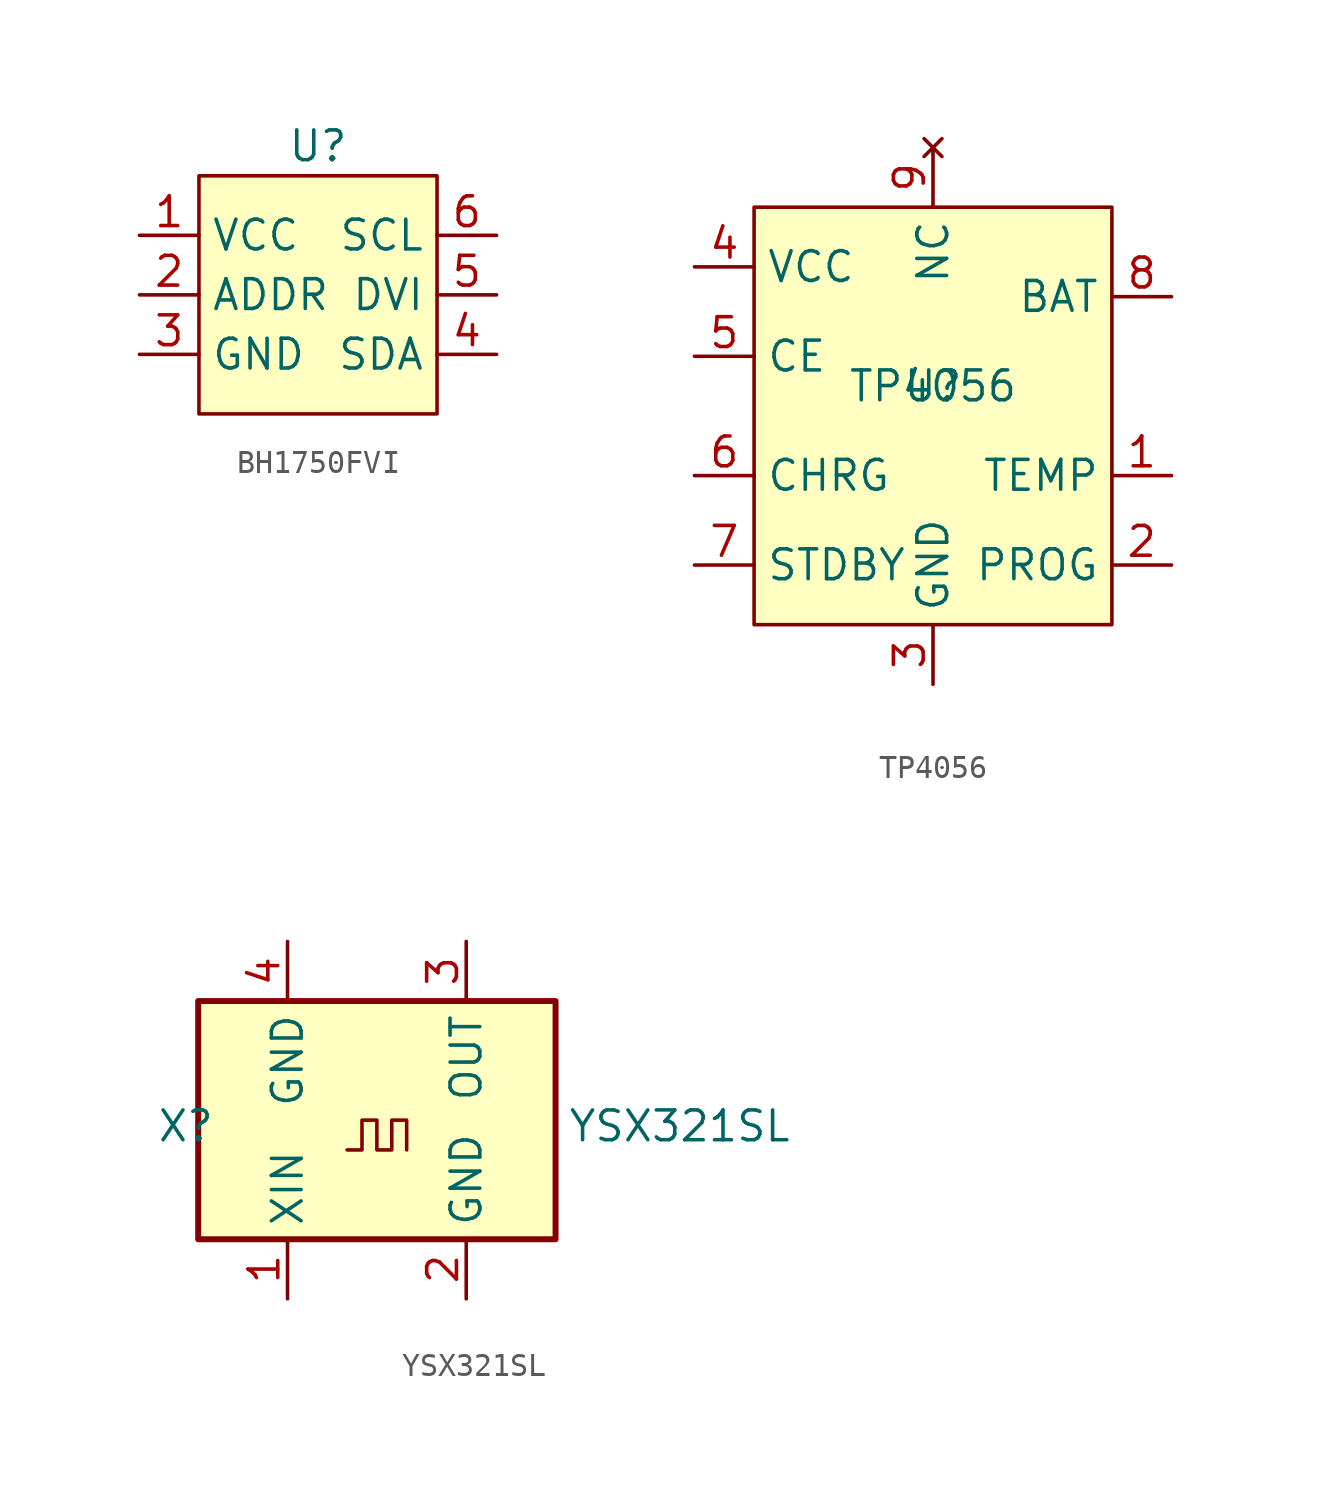
<source format=kicad_sym>
(kicad_symbol_lib
  (version 20231120)
  (generator "kicad_symbol_editor")
  (generator_version "8.0")
  (symbol "BH1750FVI"
    (property "Reference" "U"
      (at 11.43 11.43 0)
      (effects (font (size 1.27 1.27))))
    (property "Value" ""
      (at 16.51 3.81 0)
      (effects (font (size 1.27 1.27))))
    (symbol "BH1750FVI_0_0"
      (pin unspecified line (at 3.81 7.62 0) (length 2.54) (name "VCC" (effects (font (size 1.27 1.27)))) (number "1" (effects (font (size 1.27 1.27)))))
      (pin unspecified line (at 3.81 5.08 0) (length 2.54) (name "ADDR" (effects (font (size 1.27 1.27)))) (number "2" (effects (font (size 1.27 1.27)))))
      (pin unspecified line (at 3.81 2.54 0) (length 2.54) (name "GND" (effects (font (size 1.27 1.27)))) (number "3" (effects (font (size 1.27 1.27)))))
      (pin unspecified line (at 19.05 2.54 180) (length 2.54) (name "SDA" (effects (font (size 1.27 1.27)))) (number "4" (effects (font (size 1.27 1.27)))))
      (pin unspecified line (at 19.05 5.08 180) (length 2.54) (name "DVI" (effects (font (size 1.27 1.27)))) (number "5" (effects (font (size 1.27 1.27)))))
      (pin unspecified line (at 19.05 7.62 180) (length 2.54) (name "SCL" (effects (font (size 1.27 1.27)))) (number "6" (effects (font (size 1.27 1.27))))))
    (symbol "BH1750FVI_1_1"
      (rectangle (start 6.35 10.16) (end 16.51 0) (stroke (width 0) (type default)) (fill (type background)))))
  (symbol "TP4056"
    (property "Reference" "U"
      (at 0 0 0)
      (effects (font (size 1.27 1.27))))
    (property "Value" "TP4056"
      (at 0 0 0)
      (effects (font (size 1.27 1.27))))
    (symbol "TP4056_1_0"
      (pin passive line (at -10.16 -3.81 0) (length 2.54) (name "CHRG" (effects (font (size 1.27 1.27)))) (number "6" (effects (font (size 1.27 1.27)))))
      (pin passive line (at -10.16 -7.62 0) (length 2.54) (name "STDBY" (effects (font (size 1.27 1.27)))) (number "7" (effects (font (size 1.27 1.27)))))
      (pin passive line (at 10.16 3.81 180) (length 2.54) (name "BAT" (effects (font (size 1.27 1.27)))) (number "8" (effects (font (size 1.27 1.27)))))
      (pin no_connect line (at 0 10.16 270) (length 2.54) (name "NC" (effects (font (size 1.27 1.27)))) (number "9" (effects (font (size 1.27 1.27))))))
    (symbol "TP4056_1_1"
      (rectangle (start -7.62 7.62) (end 7.62 -10.16) (stroke (width 0) (type default)) (fill (type background)))
      (pin passive line (at 10.16 -3.81 180) (length 2.54) (name "TEMP" (effects (font (size 1.27 1.27)))) (number "1" (effects (font (size 1.27 1.27)))))
      (pin passive line (at 10.16 -7.62 180) (length 2.54) (name "PROG" (effects (font (size 1.27 1.27)))) (number "2" (effects (font (size 1.27 1.27)))))
      (pin passive line (at 0 -12.7 90) (length 2.54) (name "GND" (effects (font (size 1.27 1.27)))) (number "3" (effects (font (size 1.27 1.27)))))
      (pin passive line (at -10.16 5.08 0) (length 2.54) (name "VCC" (effects (font (size 1.27 1.27)))) (number "4" (effects (font (size 1.27 1.27)))))
      (pin passive line (at -10.16 1.27 0) (length 2.54) (name "CE" (effects (font (size 1.27 1.27)))) (number "5" (effects (font (size 1.27 1.27)))))))
  (symbol "YSX321SL"
    (property "Reference" "X"
      (at -9.398 -0.254 0)
      (effects (font (size 1.27 1.27)) (justify left)))
    (property "Value" "YSX321SL"
      (at 8.128 -0.254 0)
      (effects (font (size 1.27 1.27)) (justify left)))
    (symbol "YSX321SL_0_1"
      (rectangle (start -7.62 5.08) (end 7.62 -5.08) (stroke (width 0.254) (type default)) (fill (type background)))
      (polyline (pts (xy -1.27 -1.27) (xy -0.635 -1.27) (xy -0.635 0) (xy 0 0) (xy 0 -1.27) (xy 0.635 -1.27) (xy 0.635 0) (xy 1.27 0) (xy 1.27 -1.27)) (stroke (width 0) (type default)) (fill (type none))))
    (symbol "YSX321SL_1_1"
      (pin passive line (at -3.81 -7.62 90) (length 2.54) (name "XIN" (effects (font (size 1.27 1.27)))) (number "1" (effects (font (size 1.27 1.27)))))
      (pin passive line (at 3.81 -7.62 90) (length 2.54) (name "GND" (effects (font (size 1.27 1.27)))) (number "2" (effects (font (size 1.27 1.27)))))
      (pin passive line (at 3.81 7.62 270) (length 2.54) (name "OUT" (effects (font (size 1.27 1.27)))) (number "3" (effects (font (size 1.27 1.27)))))
      (pin passive line (at -3.81 7.62 270) (length 2.54) (name "GND" (effects (font (size 1.27 1.27)))) (number "4" (effects (font (size 1.27 1.27))))))))
</source>
